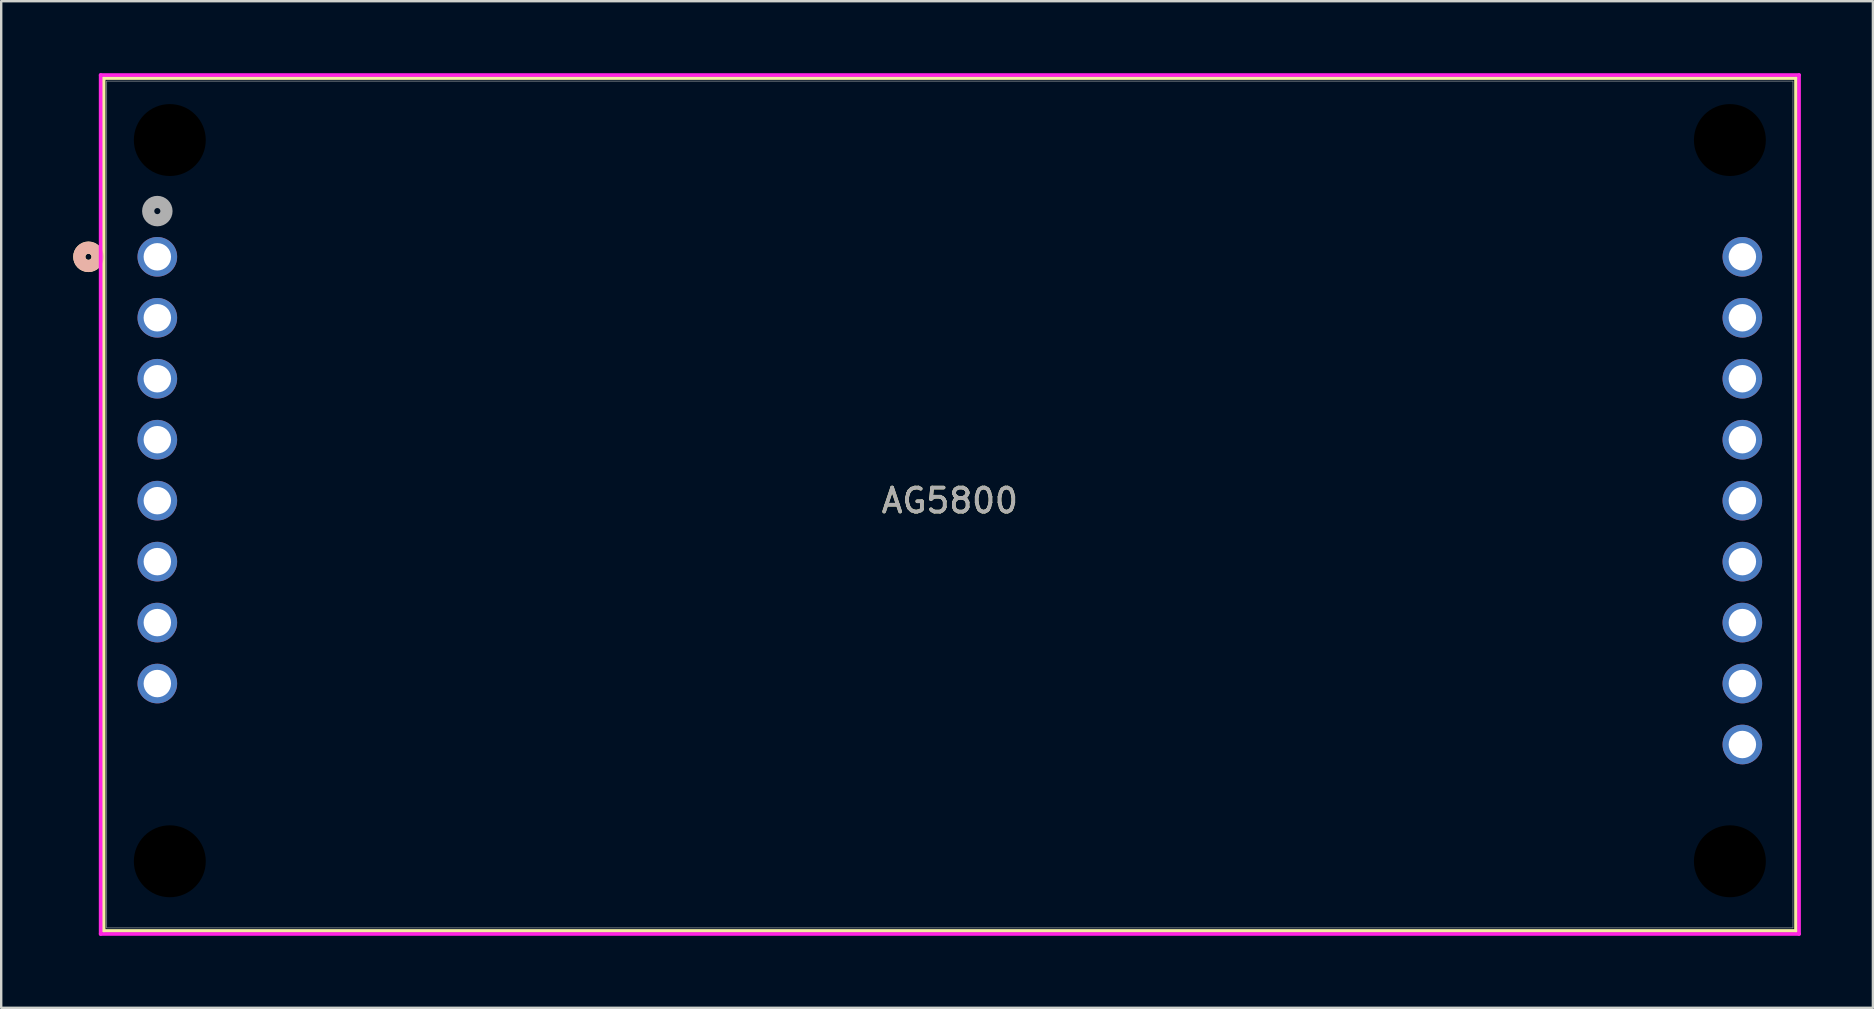
<source format=kicad_pcb>
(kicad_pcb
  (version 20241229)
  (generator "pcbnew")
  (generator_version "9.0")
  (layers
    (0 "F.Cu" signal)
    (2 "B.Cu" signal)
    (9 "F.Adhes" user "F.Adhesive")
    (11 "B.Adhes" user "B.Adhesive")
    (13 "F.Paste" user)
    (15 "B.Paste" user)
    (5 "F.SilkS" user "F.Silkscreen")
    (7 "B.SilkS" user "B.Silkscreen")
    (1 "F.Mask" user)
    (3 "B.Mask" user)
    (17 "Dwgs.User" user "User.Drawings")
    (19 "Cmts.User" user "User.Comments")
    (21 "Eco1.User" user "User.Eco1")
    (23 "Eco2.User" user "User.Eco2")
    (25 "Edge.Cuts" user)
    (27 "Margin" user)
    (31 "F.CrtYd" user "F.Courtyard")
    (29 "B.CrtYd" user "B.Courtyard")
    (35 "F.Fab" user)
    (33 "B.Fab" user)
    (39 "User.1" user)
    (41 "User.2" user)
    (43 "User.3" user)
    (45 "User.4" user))
  (footprint "AG5800"
    (layer "F.Cu")
    (at 3.505 7.65)
    (property "Reference" "AG5800" (at 33.02 10.16 0) (unlocked yes) (layer "F.SilkS") (effects (font (size 1 1) (thickness 0.15))))
    (attr through_hole)
    (fp_line (start -2.235 -7.447) (end -2.235 28.088) (stroke (width 0.152) (type solid)) (layer "F.SilkS"))
    (fp_line (start -2.235 28.088) (end 68.275 28.088) (stroke (width 0.152) (type solid)) (layer "F.SilkS"))
    (fp_line (start 68.275 -7.447) (end -2.235 -7.447) (stroke (width 0.152) (type solid)) (layer "F.SilkS"))
    (fp_line (start 68.275 28.088) (end 68.275 -7.447) (stroke (width 0.152) (type solid)) (layer "F.SilkS"))
    (fp_circle (center -2.87 0) (end -2.489 0) (stroke (width 0.508) (type solid)) (fill no) (layer "F.SilkS"))
    (fp_circle (center -2.87 0) (end -2.489 0) (stroke (width 0.508) (type solid)) (fill no) (layer "B.SilkS"))
    (fp_line (start -2.362 -7.574) (end -2.362 28.215) (stroke (width 0.152) (type solid)) (layer "F.CrtYd"))
    (fp_line (start -2.362 28.215) (end 68.402 28.215) (stroke (width 0.152) (type solid)) (layer "F.CrtYd"))
    (fp_line (start 68.402 -7.574) (end -2.362 -7.574) (stroke (width 0.152) (type solid)) (layer "F.CrtYd"))
    (fp_line (start 68.402 28.215) (end 68.402 -7.574) (stroke (width 0.152) (type solid)) (layer "F.CrtYd"))
    (fp_line (start -2.108 -7.32) (end -2.108 27.961) (stroke (width 0.025) (type solid)) (layer "F.Fab"))
    (fp_line (start -2.108 27.961) (end 68.148 27.961) (stroke (width 0.025) (type solid)) (layer "F.Fab"))
    (fp_line (start 68.148 -7.32) (end -2.108 -7.32) (stroke (width 0.025) (type solid)) (layer "F.Fab"))
    (fp_line (start 68.148 27.961) (end 68.148 -7.32) (stroke (width 0.025) (type solid)) (layer "F.Fab"))
    (fp_circle (center 0 -1.905) (end 0.381 -1.905) (stroke (width 0.508) (type solid)) (fill no) (layer "F.Fab"))
    (fp_text user "${REFERENCE}" (at 33.02 10.16 0) (unlocked yes) (layer "F.Fab") (effects (font (size 1 1) (thickness 0.15))))
    (pad "" np_thru_hole circle (at 0.52 -4.865) (size 2.997 2.997) (drill 2.997) (layers))
    (pad "" np_thru_hole circle (at 0.52 25.185) (size 2.997 2.997) (drill 2.997) (layers))
    (pad "" np_thru_hole circle (at 65.52 -4.865) (size 2.997 2.997) (drill 2.997) (layers))
    (pad "" np_thru_hole circle (at 65.52 25.185) (size 2.997 2.997) (drill 2.997) (layers))
    (pad "1" thru_hole circle (at 0 0) (size 1.651 1.651) (drill 1.143) (layers "*.Cu" "*.Mask"))
    (pad "2" thru_hole circle (at 0 2.54) (size 1.651 1.651) (drill 1.143) (layers "*.Cu" "*.Mask"))
    (pad "3" thru_hole circle (at 0 5.08) (size 1.651 1.651) (drill 1.143) (layers "*.Cu" "*.Mask"))
    (pad "4" thru_hole circle (at 0 7.62) (size 1.651 1.651) (drill 1.143) (layers "*.Cu" "*.Mask"))
    (pad "5" thru_hole circle (at 0 10.16) (size 1.651 1.651) (drill 1.143) (layers "*.Cu" "*.Mask"))
    (pad "6" thru_hole circle (at 0 12.7) (size 1.651 1.651) (drill 1.143) (layers "*.Cu" "*.Mask"))
    (pad "7" thru_hole circle (at 0 15.24) (size 1.651 1.651) (drill 1.143) (layers "*.Cu" "*.Mask"))
    (pad "8" thru_hole circle (at 0 17.78) (size 1.651 1.651) (drill 1.143) (layers "*.Cu" "*.Mask"))
    (pad "9" thru_hole circle (at 66.04 20.32) (size 1.651 1.651) (drill 1.143) (layers "*.Cu" "*.Mask"))
    (pad "10" thru_hole circle (at 66.04 17.78) (size 1.651 1.651) (drill 1.143) (layers "*.Cu" "*.Mask"))
    (pad "11" thru_hole circle (at 66.04 15.24) (size 1.651 1.651) (drill 1.143) (layers "*.Cu" "*.Mask"))
    (pad "12" thru_hole circle (at 66.04 12.7) (size 1.651 1.651) (drill 1.143) (layers "*.Cu" "*.Mask"))
    (pad "13" thru_hole circle (at 66.04 10.16) (size 1.651 1.651) (drill 1.143) (layers "*.Cu" "*.Mask"))
    (pad "14" thru_hole circle (at 66.04 7.62) (size 1.651 1.651) (drill 1.143) (layers "*.Cu" "*.Mask"))
    (pad "15" thru_hole circle (at 66.04 5.08) (size 1.651 1.651) (drill 1.143) (layers "*.Cu" "*.Mask"))
    (pad "16" thru_hole circle (at 66.04 2.54) (size 1.651 1.651) (drill 1.143) (layers "*.Cu" "*.Mask"))
    (pad "17" thru_hole circle (at 66.04 0) (size 1.651 1.651) (drill 1.143) (layers "*.Cu" "*.Mask")))
  (gr_rect
    (start -3 -3)
    (end 74.984 38.941)
    (stroke (width 0.1) (type default))
    (fill no)
    (layer "Edge.Cuts")))
</source>
